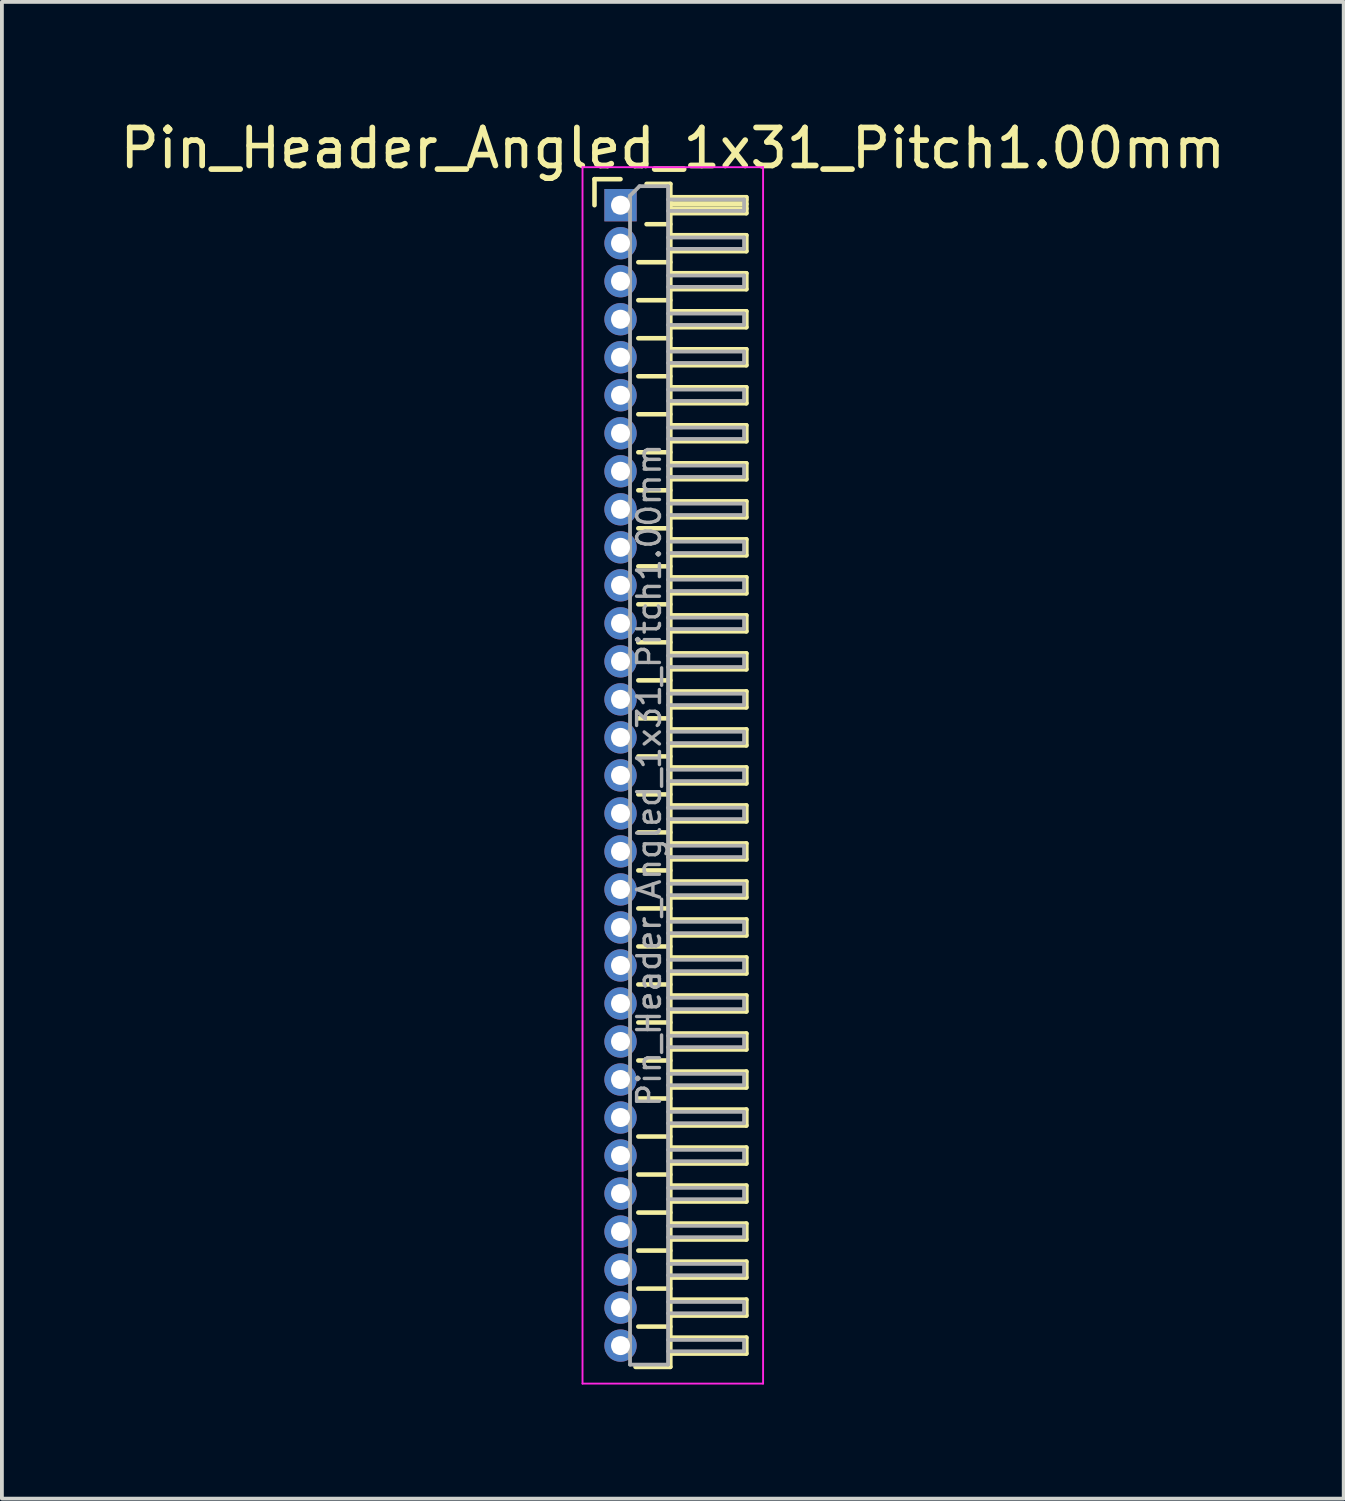
<source format=kicad_pcb>
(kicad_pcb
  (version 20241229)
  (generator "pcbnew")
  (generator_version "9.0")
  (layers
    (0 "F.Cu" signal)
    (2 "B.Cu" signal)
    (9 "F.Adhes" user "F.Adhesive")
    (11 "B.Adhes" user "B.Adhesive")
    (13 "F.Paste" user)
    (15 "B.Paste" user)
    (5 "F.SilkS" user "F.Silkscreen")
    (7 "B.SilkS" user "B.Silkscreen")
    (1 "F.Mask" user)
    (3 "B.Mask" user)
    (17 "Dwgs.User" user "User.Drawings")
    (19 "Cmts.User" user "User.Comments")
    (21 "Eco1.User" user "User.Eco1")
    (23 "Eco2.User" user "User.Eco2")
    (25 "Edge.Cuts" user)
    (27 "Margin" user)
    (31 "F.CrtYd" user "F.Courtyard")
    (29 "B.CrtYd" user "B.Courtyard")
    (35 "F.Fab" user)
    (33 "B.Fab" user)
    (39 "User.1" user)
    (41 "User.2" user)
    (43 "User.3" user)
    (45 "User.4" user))
  (footprint "Pin_Header_Angled_1x31_Pitch1.00mm"
    (layer "F.Cu")
    (at 13.274 2.348)
    (property "Reference" "Pin_Header_Angled_1x31_Pitch1.00mm" (at 1.375 -1.5 0) (layer "F.SilkS") (effects (font (size 1 1) (thickness 0.15))))
    (attr through_hole)
    (fp_line (start -0.685 -0.685) (end 0 -0.685) (stroke (width 0.12) (type solid)) (layer "F.SilkS"))
    (fp_line (start -0.685 0) (end -0.685 -0.685) (stroke (width 0.12) (type solid)) (layer "F.SilkS"))
    (fp_line (start 0.468 1.5) (end 1.31 1.5) (stroke (width 0.12) (type solid)) (layer "F.SilkS"))
    (fp_line (start 0.468 2.5) (end 1.31 2.5) (stroke (width 0.12) (type solid)) (layer "F.SilkS"))
    (fp_line (start 0.468 3.5) (end 1.31 3.5) (stroke (width 0.12) (type solid)) (layer "F.SilkS"))
    (fp_line (start 0.468 4.5) (end 1.31 4.5) (stroke (width 0.12) (type solid)) (layer "F.SilkS"))
    (fp_line (start 0.468 5.5) (end 1.31 5.5) (stroke (width 0.12) (type solid)) (layer "F.SilkS"))
    (fp_line (start 0.468 6.5) (end 1.31 6.5) (stroke (width 0.12) (type solid)) (layer "F.SilkS"))
    (fp_line (start 0.468 7.5) (end 1.31 7.5) (stroke (width 0.12) (type solid)) (layer "F.SilkS"))
    (fp_line (start 0.468 8.5) (end 1.31 8.5) (stroke (width 0.12) (type solid)) (layer "F.SilkS"))
    (fp_line (start 0.468 9.5) (end 1.31 9.5) (stroke (width 0.12) (type solid)) (layer "F.SilkS"))
    (fp_line (start 0.468 10.5) (end 1.31 10.5) (stroke (width 0.12) (type solid)) (layer "F.SilkS"))
    (fp_line (start 0.468 11.5) (end 1.31 11.5) (stroke (width 0.12) (type solid)) (layer "F.SilkS"))
    (fp_line (start 0.468 12.5) (end 1.31 12.5) (stroke (width 0.12) (type solid)) (layer "F.SilkS"))
    (fp_line (start 0.468 13.5) (end 1.31 13.5) (stroke (width 0.12) (type solid)) (layer "F.SilkS"))
    (fp_line (start 0.468 14.5) (end 1.31 14.5) (stroke (width 0.12) (type solid)) (layer "F.SilkS"))
    (fp_line (start 0.468 15.5) (end 1.31 15.5) (stroke (width 0.12) (type solid)) (layer "F.SilkS"))
    (fp_line (start 0.468 16.5) (end 1.31 16.5) (stroke (width 0.12) (type solid)) (layer "F.SilkS"))
    (fp_line (start 0.468 17.5) (end 1.31 17.5) (stroke (width 0.12) (type solid)) (layer "F.SilkS"))
    (fp_line (start 0.468 18.5) (end 1.31 18.5) (stroke (width 0.12) (type solid)) (layer "F.SilkS"))
    (fp_line (start 0.468 19.5) (end 1.31 19.5) (stroke (width 0.12) (type solid)) (layer "F.SilkS"))
    (fp_line (start 0.468 20.5) (end 1.31 20.5) (stroke (width 0.12) (type solid)) (layer "F.SilkS"))
    (fp_line (start 0.468 21.5) (end 1.31 21.5) (stroke (width 0.12) (type solid)) (layer "F.SilkS"))
    (fp_line (start 0.468 22.5) (end 1.31 22.5) (stroke (width 0.12) (type solid)) (layer "F.SilkS"))
    (fp_line (start 0.468 23.5) (end 1.31 23.5) (stroke (width 0.12) (type solid)) (layer "F.SilkS"))
    (fp_line (start 0.468 24.5) (end 1.31 24.5) (stroke (width 0.12) (type solid)) (layer "F.SilkS"))
    (fp_line (start 0.468 25.5) (end 1.31 25.5) (stroke (width 0.12) (type solid)) (layer "F.SilkS"))
    (fp_line (start 0.468 26.5) (end 1.31 26.5) (stroke (width 0.12) (type solid)) (layer "F.SilkS"))
    (fp_line (start 0.468 27.5) (end 1.31 27.5) (stroke (width 0.12) (type solid)) (layer "F.SilkS"))
    (fp_line (start 0.468 28.5) (end 1.31 28.5) (stroke (width 0.12) (type solid)) (layer "F.SilkS"))
    (fp_line (start 0.468 29.5) (end 1.31 29.5) (stroke (width 0.12) (type solid)) (layer "F.SilkS"))
    (fp_line (start 0.685 -0.56) (end 1.31 -0.56) (stroke (width 0.12) (type solid)) (layer "F.SilkS"))
    (fp_line (start 0.685 0.5) (end 1.31 0.5) (stroke (width 0.12) (type solid)) (layer "F.SilkS"))
    (fp_line (start 1.31 -0.56) (end 1.31 30.56) (stroke (width 0.12) (type solid)) (layer "F.SilkS"))
    (fp_line (start 1.31 -0.21) (end 3.31 -0.21) (stroke (width 0.12) (type solid)) (layer "F.SilkS"))
    (fp_line (start 1.31 -0.15) (end 3.31 -0.15) (stroke (width 0.12) (type solid)) (layer "F.SilkS"))
    (fp_line (start 1.31 -0.03) (end 3.31 -0.03) (stroke (width 0.12) (type solid)) (layer "F.SilkS"))
    (fp_line (start 1.31 0.09) (end 3.31 0.09) (stroke (width 0.12) (type solid)) (layer "F.SilkS"))
    (fp_line (start 1.31 0.79) (end 3.31 0.79) (stroke (width 0.12) (type solid)) (layer "F.SilkS"))
    (fp_line (start 1.31 1.79) (end 3.31 1.79) (stroke (width 0.12) (type solid)) (layer "F.SilkS"))
    (fp_line (start 1.31 2.79) (end 3.31 2.79) (stroke (width 0.12) (type solid)) (layer "F.SilkS"))
    (fp_line (start 1.31 3.79) (end 3.31 3.79) (stroke (width 0.12) (type solid)) (layer "F.SilkS"))
    (fp_line (start 1.31 4.79) (end 3.31 4.79) (stroke (width 0.12) (type solid)) (layer "F.SilkS"))
    (fp_line (start 1.31 5.79) (end 3.31 5.79) (stroke (width 0.12) (type solid)) (layer "F.SilkS"))
    (fp_line (start 1.31 6.79) (end 3.31 6.79) (stroke (width 0.12) (type solid)) (layer "F.SilkS"))
    (fp_line (start 1.31 7.79) (end 3.31 7.79) (stroke (width 0.12) (type solid)) (layer "F.SilkS"))
    (fp_line (start 1.31 8.79) (end 3.31 8.79) (stroke (width 0.12) (type solid)) (layer "F.SilkS"))
    (fp_line (start 1.31 9.79) (end 3.31 9.79) (stroke (width 0.12) (type solid)) (layer "F.SilkS"))
    (fp_line (start 1.31 10.79) (end 3.31 10.79) (stroke (width 0.12) (type solid)) (layer "F.SilkS"))
    (fp_line (start 1.31 11.79) (end 3.31 11.79) (stroke (width 0.12) (type solid)) (layer "F.SilkS"))
    (fp_line (start 1.31 12.79) (end 3.31 12.79) (stroke (width 0.12) (type solid)) (layer "F.SilkS"))
    (fp_line (start 1.31 13.79) (end 3.31 13.79) (stroke (width 0.12) (type solid)) (layer "F.SilkS"))
    (fp_line (start 1.31 14.79) (end 3.31 14.79) (stroke (width 0.12) (type solid)) (layer "F.SilkS"))
    (fp_line (start 1.31 15.79) (end 3.31 15.79) (stroke (width 0.12) (type solid)) (layer "F.SilkS"))
    (fp_line (start 1.31 16.79) (end 3.31 16.79) (stroke (width 0.12) (type solid)) (layer "F.SilkS"))
    (fp_line (start 1.31 17.79) (end 3.31 17.79) (stroke (width 0.12) (type solid)) (layer "F.SilkS"))
    (fp_line (start 1.31 18.79) (end 3.31 18.79) (stroke (width 0.12) (type solid)) (layer "F.SilkS"))
    (fp_line (start 1.31 19.79) (end 3.31 19.79) (stroke (width 0.12) (type solid)) (layer "F.SilkS"))
    (fp_line (start 1.31 20.79) (end 3.31 20.79) (stroke (width 0.12) (type solid)) (layer "F.SilkS"))
    (fp_line (start 1.31 21.79) (end 3.31 21.79) (stroke (width 0.12) (type solid)) (layer "F.SilkS"))
    (fp_line (start 1.31 22.79) (end 3.31 22.79) (stroke (width 0.12) (type solid)) (layer "F.SilkS"))
    (fp_line (start 1.31 23.79) (end 3.31 23.79) (stroke (width 0.12) (type solid)) (layer "F.SilkS"))
    (fp_line (start 1.31 24.79) (end 3.31 24.79) (stroke (width 0.12) (type solid)) (layer "F.SilkS"))
    (fp_line (start 1.31 25.79) (end 3.31 25.79) (stroke (width 0.12) (type solid)) (layer "F.SilkS"))
    (fp_line (start 1.31 26.79) (end 3.31 26.79) (stroke (width 0.12) (type solid)) (layer "F.SilkS"))
    (fp_line (start 1.31 27.79) (end 3.31 27.79) (stroke (width 0.12) (type solid)) (layer "F.SilkS"))
    (fp_line (start 1.31 28.79) (end 3.31 28.79) (stroke (width 0.12) (type solid)) (layer "F.SilkS"))
    (fp_line (start 1.31 29.79) (end 3.31 29.79) (stroke (width 0.12) (type solid)) (layer "F.SilkS"))
    (fp_line (start 1.31 30.56) (end 0.394 30.56) (stroke (width 0.12) (type solid)) (layer "F.SilkS"))
    (fp_line (start 3.31 -0.21) (end 3.31 0.21) (stroke (width 0.12) (type solid)) (layer "F.SilkS"))
    (fp_line (start 3.31 0.21) (end 1.31 0.21) (stroke (width 0.12) (type solid)) (layer "F.SilkS"))
    (fp_line (start 3.31 0.79) (end 3.31 1.21) (stroke (width 0.12) (type solid)) (layer "F.SilkS"))
    (fp_line (start 3.31 1.21) (end 1.31 1.21) (stroke (width 0.12) (type solid)) (layer "F.SilkS"))
    (fp_line (start 3.31 1.79) (end 3.31 2.21) (stroke (width 0.12) (type solid)) (layer "F.SilkS"))
    (fp_line (start 3.31 2.21) (end 1.31 2.21) (stroke (width 0.12) (type solid)) (layer "F.SilkS"))
    (fp_line (start 3.31 2.79) (end 3.31 3.21) (stroke (width 0.12) (type solid)) (layer "F.SilkS"))
    (fp_line (start 3.31 3.21) (end 1.31 3.21) (stroke (width 0.12) (type solid)) (layer "F.SilkS"))
    (fp_line (start 3.31 3.79) (end 3.31 4.21) (stroke (width 0.12) (type solid)) (layer "F.SilkS"))
    (fp_line (start 3.31 4.21) (end 1.31 4.21) (stroke (width 0.12) (type solid)) (layer "F.SilkS"))
    (fp_line (start 3.31 4.79) (end 3.31 5.21) (stroke (width 0.12) (type solid)) (layer "F.SilkS"))
    (fp_line (start 3.31 5.21) (end 1.31 5.21) (stroke (width 0.12) (type solid)) (layer "F.SilkS"))
    (fp_line (start 3.31 5.79) (end 3.31 6.21) (stroke (width 0.12) (type solid)) (layer "F.SilkS"))
    (fp_line (start 3.31 6.21) (end 1.31 6.21) (stroke (width 0.12) (type solid)) (layer "F.SilkS"))
    (fp_line (start 3.31 6.79) (end 3.31 7.21) (stroke (width 0.12) (type solid)) (layer "F.SilkS"))
    (fp_line (start 3.31 7.21) (end 1.31 7.21) (stroke (width 0.12) (type solid)) (layer "F.SilkS"))
    (fp_line (start 3.31 7.79) (end 3.31 8.21) (stroke (width 0.12) (type solid)) (layer "F.SilkS"))
    (fp_line (start 3.31 8.21) (end 1.31 8.21) (stroke (width 0.12) (type solid)) (layer "F.SilkS"))
    (fp_line (start 3.31 8.79) (end 3.31 9.21) (stroke (width 0.12) (type solid)) (layer "F.SilkS"))
    (fp_line (start 3.31 9.21) (end 1.31 9.21) (stroke (width 0.12) (type solid)) (layer "F.SilkS"))
    (fp_line (start 3.31 9.79) (end 3.31 10.21) (stroke (width 0.12) (type solid)) (layer "F.SilkS"))
    (fp_line (start 3.31 10.21) (end 1.31 10.21) (stroke (width 0.12) (type solid)) (layer "F.SilkS"))
    (fp_line (start 3.31 10.79) (end 3.31 11.21) (stroke (width 0.12) (type solid)) (layer "F.SilkS"))
    (fp_line (start 3.31 11.21) (end 1.31 11.21) (stroke (width 0.12) (type solid)) (layer "F.SilkS"))
    (fp_line (start 3.31 11.79) (end 3.31 12.21) (stroke (width 0.12) (type solid)) (layer "F.SilkS"))
    (fp_line (start 3.31 12.21) (end 1.31 12.21) (stroke (width 0.12) (type solid)) (layer "F.SilkS"))
    (fp_line (start 3.31 12.79) (end 3.31 13.21) (stroke (width 0.12) (type solid)) (layer "F.SilkS"))
    (fp_line (start 3.31 13.21) (end 1.31 13.21) (stroke (width 0.12) (type solid)) (layer "F.SilkS"))
    (fp_line (start 3.31 13.79) (end 3.31 14.21) (stroke (width 0.12) (type solid)) (layer "F.SilkS"))
    (fp_line (start 3.31 14.21) (end 1.31 14.21) (stroke (width 0.12) (type solid)) (layer "F.SilkS"))
    (fp_line (start 3.31 14.79) (end 3.31 15.21) (stroke (width 0.12) (type solid)) (layer "F.SilkS"))
    (fp_line (start 3.31 15.21) (end 1.31 15.21) (stroke (width 0.12) (type solid)) (layer "F.SilkS"))
    (fp_line (start 3.31 15.79) (end 3.31 16.21) (stroke (width 0.12) (type solid)) (layer "F.SilkS"))
    (fp_line (start 3.31 16.21) (end 1.31 16.21) (stroke (width 0.12) (type solid)) (layer "F.SilkS"))
    (fp_line (start 3.31 16.79) (end 3.31 17.21) (stroke (width 0.12) (type solid)) (layer "F.SilkS"))
    (fp_line (start 3.31 17.21) (end 1.31 17.21) (stroke (width 0.12) (type solid)) (layer "F.SilkS"))
    (fp_line (start 3.31 17.79) (end 3.31 18.21) (stroke (width 0.12) (type solid)) (layer "F.SilkS"))
    (fp_line (start 3.31 18.21) (end 1.31 18.21) (stroke (width 0.12) (type solid)) (layer "F.SilkS"))
    (fp_line (start 3.31 18.79) (end 3.31 19.21) (stroke (width 0.12) (type solid)) (layer "F.SilkS"))
    (fp_line (start 3.31 19.21) (end 1.31 19.21) (stroke (width 0.12) (type solid)) (layer "F.SilkS"))
    (fp_line (start 3.31 19.79) (end 3.31 20.21) (stroke (width 0.12) (type solid)) (layer "F.SilkS"))
    (fp_line (start 3.31 20.21) (end 1.31 20.21) (stroke (width 0.12) (type solid)) (layer "F.SilkS"))
    (fp_line (start 3.31 20.79) (end 3.31 21.21) (stroke (width 0.12) (type solid)) (layer "F.SilkS"))
    (fp_line (start 3.31 21.21) (end 1.31 21.21) (stroke (width 0.12) (type solid)) (layer "F.SilkS"))
    (fp_line (start 3.31 21.79) (end 3.31 22.21) (stroke (width 0.12) (type solid)) (layer "F.SilkS"))
    (fp_line (start 3.31 22.21) (end 1.31 22.21) (stroke (width 0.12) (type solid)) (layer "F.SilkS"))
    (fp_line (start 3.31 22.79) (end 3.31 23.21) (stroke (width 0.12) (type solid)) (layer "F.SilkS"))
    (fp_line (start 3.31 23.21) (end 1.31 23.21) (stroke (width 0.12) (type solid)) (layer "F.SilkS"))
    (fp_line (start 3.31 23.79) (end 3.31 24.21) (stroke (width 0.12) (type solid)) (layer "F.SilkS"))
    (fp_line (start 3.31 24.21) (end 1.31 24.21) (stroke (width 0.12) (type solid)) (layer "F.SilkS"))
    (fp_line (start 3.31 24.79) (end 3.31 25.21) (stroke (width 0.12) (type solid)) (layer "F.SilkS"))
    (fp_line (start 3.31 25.21) (end 1.31 25.21) (stroke (width 0.12) (type solid)) (layer "F.SilkS"))
    (fp_line (start 3.31 25.79) (end 3.31 26.21) (stroke (width 0.12) (type solid)) (layer "F.SilkS"))
    (fp_line (start 3.31 26.21) (end 1.31 26.21) (stroke (width 0.12) (type solid)) (layer "F.SilkS"))
    (fp_line (start 3.31 26.79) (end 3.31 27.21) (stroke (width 0.12) (type solid)) (layer "F.SilkS"))
    (fp_line (start 3.31 27.21) (end 1.31 27.21) (stroke (width 0.12) (type solid)) (layer "F.SilkS"))
    (fp_line (start 3.31 27.79) (end 3.31 28.21) (stroke (width 0.12) (type solid)) (layer "F.SilkS"))
    (fp_line (start 3.31 28.21) (end 1.31 28.21) (stroke (width 0.12) (type solid)) (layer "F.SilkS"))
    (fp_line (start 3.31 28.79) (end 3.31 29.21) (stroke (width 0.12) (type solid)) (layer "F.SilkS"))
    (fp_line (start 3.31 29.21) (end 1.31 29.21) (stroke (width 0.12) (type solid)) (layer "F.SilkS"))
    (fp_line (start 3.31 29.79) (end 3.31 30.21) (stroke (width 0.12) (type solid)) (layer "F.SilkS"))
    (fp_line (start 3.31 30.21) (end 1.31 30.21) (stroke (width 0.12) (type solid)) (layer "F.SilkS"))
    (fp_line (start -1 -1) (end -1 31) (stroke (width 0.05) (type solid)) (layer "F.CrtYd"))
    (fp_line (start -1 31) (end 3.75 31) (stroke (width 0.05) (type solid)) (layer "F.CrtYd"))
    (fp_line (start 3.75 -1) (end -1 -1) (stroke (width 0.05) (type solid)) (layer "F.CrtYd"))
    (fp_line (start 3.75 31) (end 3.75 -1) (stroke (width 0.05) (type solid)) (layer "F.CrtYd"))
    (fp_line (start -0.15 -0.15) (end -0.15 0.15) (stroke (width 0.1) (type solid)) (layer "F.Fab"))
    (fp_line (start -0.15 -0.15) (end 0.25 -0.15) (stroke (width 0.1) (type solid)) (layer "F.Fab"))
    (fp_line (start -0.15 0.15) (end 0.25 0.15) (stroke (width 0.1) (type solid)) (layer "F.Fab"))
    (fp_line (start -0.15 0.85) (end -0.15 1.15) (stroke (width 0.1) (type solid)) (layer "F.Fab"))
    (fp_line (start -0.15 0.85) (end 0.25 0.85) (stroke (width 0.1) (type solid)) (layer "F.Fab"))
    (fp_line (start -0.15 1.15) (end 0.25 1.15) (stroke (width 0.1) (type solid)) (layer "F.Fab"))
    (fp_line (start -0.15 1.85) (end -0.15 2.15) (stroke (width 0.1) (type solid)) (layer "F.Fab"))
    (fp_line (start -0.15 1.85) (end 0.25 1.85) (stroke (width 0.1) (type solid)) (layer "F.Fab"))
    (fp_line (start -0.15 2.15) (end 0.25 2.15) (stroke (width 0.1) (type solid)) (layer "F.Fab"))
    (fp_line (start -0.15 2.85) (end -0.15 3.15) (stroke (width 0.1) (type solid)) (layer "F.Fab"))
    (fp_line (start -0.15 2.85) (end 0.25 2.85) (stroke (width 0.1) (type solid)) (layer "F.Fab"))
    (fp_line (start -0.15 3.15) (end 0.25 3.15) (stroke (width 0.1) (type solid)) (layer "F.Fab"))
    (fp_line (start -0.15 3.85) (end -0.15 4.15) (stroke (width 0.1) (type solid)) (layer "F.Fab"))
    (fp_line (start -0.15 3.85) (end 0.25 3.85) (stroke (width 0.1) (type solid)) (layer "F.Fab"))
    (fp_line (start -0.15 4.15) (end 0.25 4.15) (stroke (width 0.1) (type solid)) (layer "F.Fab"))
    (fp_line (start -0.15 4.85) (end -0.15 5.15) (stroke (width 0.1) (type solid)) (layer "F.Fab"))
    (fp_line (start -0.15 4.85) (end 0.25 4.85) (stroke (width 0.1) (type solid)) (layer "F.Fab"))
    (fp_line (start -0.15 5.15) (end 0.25 5.15) (stroke (width 0.1) (type solid)) (layer "F.Fab"))
    (fp_line (start -0.15 5.85) (end -0.15 6.15) (stroke (width 0.1) (type solid)) (layer "F.Fab"))
    (fp_line (start -0.15 5.85) (end 0.25 5.85) (stroke (width 0.1) (type solid)) (layer "F.Fab"))
    (fp_line (start -0.15 6.15) (end 0.25 6.15) (stroke (width 0.1) (type solid)) (layer "F.Fab"))
    (fp_line (start -0.15 6.85) (end -0.15 7.15) (stroke (width 0.1) (type solid)) (layer "F.Fab"))
    (fp_line (start -0.15 6.85) (end 0.25 6.85) (stroke (width 0.1) (type solid)) (layer "F.Fab"))
    (fp_line (start -0.15 7.15) (end 0.25 7.15) (stroke (width 0.1) (type solid)) (layer "F.Fab"))
    (fp_line (start -0.15 7.85) (end -0.15 8.15) (stroke (width 0.1) (type solid)) (layer "F.Fab"))
    (fp_line (start -0.15 7.85) (end 0.25 7.85) (stroke (width 0.1) (type solid)) (layer "F.Fab"))
    (fp_line (start -0.15 8.15) (end 0.25 8.15) (stroke (width 0.1) (type solid)) (layer "F.Fab"))
    (fp_line (start -0.15 8.85) (end -0.15 9.15) (stroke (width 0.1) (type solid)) (layer "F.Fab"))
    (fp_line (start -0.15 8.85) (end 0.25 8.85) (stroke (width 0.1) (type solid)) (layer "F.Fab"))
    (fp_line (start -0.15 9.15) (end 0.25 9.15) (stroke (width 0.1) (type solid)) (layer "F.Fab"))
    (fp_line (start -0.15 9.85) (end -0.15 10.15) (stroke (width 0.1) (type solid)) (layer "F.Fab"))
    (fp_line (start -0.15 9.85) (end 0.25 9.85) (stroke (width 0.1) (type solid)) (layer "F.Fab"))
    (fp_line (start -0.15 10.15) (end 0.25 10.15) (stroke (width 0.1) (type solid)) (layer "F.Fab"))
    (fp_line (start -0.15 10.85) (end -0.15 11.15) (stroke (width 0.1) (type solid)) (layer "F.Fab"))
    (fp_line (start -0.15 10.85) (end 0.25 10.85) (stroke (width 0.1) (type solid)) (layer "F.Fab"))
    (fp_line (start -0.15 11.15) (end 0.25 11.15) (stroke (width 0.1) (type solid)) (layer "F.Fab"))
    (fp_line (start -0.15 11.85) (end -0.15 12.15) (stroke (width 0.1) (type solid)) (layer "F.Fab"))
    (fp_line (start -0.15 11.85) (end 0.25 11.85) (stroke (width 0.1) (type solid)) (layer "F.Fab"))
    (fp_line (start -0.15 12.15) (end 0.25 12.15) (stroke (width 0.1) (type solid)) (layer "F.Fab"))
    (fp_line (start -0.15 12.85) (end -0.15 13.15) (stroke (width 0.1) (type solid)) (layer "F.Fab"))
    (fp_line (start -0.15 12.85) (end 0.25 12.85) (stroke (width 0.1) (type solid)) (layer "F.Fab"))
    (fp_line (start -0.15 13.15) (end 0.25 13.15) (stroke (width 0.1) (type solid)) (layer "F.Fab"))
    (fp_line (start -0.15 13.85) (end -0.15 14.15) (stroke (width 0.1) (type solid)) (layer "F.Fab"))
    (fp_line (start -0.15 13.85) (end 0.25 13.85) (stroke (width 0.1) (type solid)) (layer "F.Fab"))
    (fp_line (start -0.15 14.15) (end 0.25 14.15) (stroke (width 0.1) (type solid)) (layer "F.Fab"))
    (fp_line (start -0.15 14.85) (end -0.15 15.15) (stroke (width 0.1) (type solid)) (layer "F.Fab"))
    (fp_line (start -0.15 14.85) (end 0.25 14.85) (stroke (width 0.1) (type solid)) (layer "F.Fab"))
    (fp_line (start -0.15 15.15) (end 0.25 15.15) (stroke (width 0.1) (type solid)) (layer "F.Fab"))
    (fp_line (start -0.15 15.85) (end -0.15 16.15) (stroke (width 0.1) (type solid)) (layer "F.Fab"))
    (fp_line (start -0.15 15.85) (end 0.25 15.85) (stroke (width 0.1) (type solid)) (layer "F.Fab"))
    (fp_line (start -0.15 16.15) (end 0.25 16.15) (stroke (width 0.1) (type solid)) (layer "F.Fab"))
    (fp_line (start -0.15 16.85) (end -0.15 17.15) (stroke (width 0.1) (type solid)) (layer "F.Fab"))
    (fp_line (start -0.15 16.85) (end 0.25 16.85) (stroke (width 0.1) (type solid)) (layer "F.Fab"))
    (fp_line (start -0.15 17.15) (end 0.25 17.15) (stroke (width 0.1) (type solid)) (layer "F.Fab"))
    (fp_line (start -0.15 17.85) (end -0.15 18.15) (stroke (width 0.1) (type solid)) (layer "F.Fab"))
    (fp_line (start -0.15 17.85) (end 0.25 17.85) (stroke (width 0.1) (type solid)) (layer "F.Fab"))
    (fp_line (start -0.15 18.15) (end 0.25 18.15) (stroke (width 0.1) (type solid)) (layer "F.Fab"))
    (fp_line (start -0.15 18.85) (end -0.15 19.15) (stroke (width 0.1) (type solid)) (layer "F.Fab"))
    (fp_line (start -0.15 18.85) (end 0.25 18.85) (stroke (width 0.1) (type solid)) (layer "F.Fab"))
    (fp_line (start -0.15 19.15) (end 0.25 19.15) (stroke (width 0.1) (type solid)) (layer "F.Fab"))
    (fp_line (start -0.15 19.85) (end -0.15 20.15) (stroke (width 0.1) (type solid)) (layer "F.Fab"))
    (fp_line (start -0.15 19.85) (end 0.25 19.85) (stroke (width 0.1) (type solid)) (layer "F.Fab"))
    (fp_line (start -0.15 20.15) (end 0.25 20.15) (stroke (width 0.1) (type solid)) (layer "F.Fab"))
    (fp_line (start -0.15 20.85) (end -0.15 21.15) (stroke (width 0.1) (type solid)) (layer "F.Fab"))
    (fp_line (start -0.15 20.85) (end 0.25 20.85) (stroke (width 0.1) (type solid)) (layer "F.Fab"))
    (fp_line (start -0.15 21.15) (end 0.25 21.15) (stroke (width 0.1) (type solid)) (layer "F.Fab"))
    (fp_line (start -0.15 21.85) (end -0.15 22.15) (stroke (width 0.1) (type solid)) (layer "F.Fab"))
    (fp_line (start -0.15 21.85) (end 0.25 21.85) (stroke (width 0.1) (type solid)) (layer "F.Fab"))
    (fp_line (start -0.15 22.15) (end 0.25 22.15) (stroke (width 0.1) (type solid)) (layer "F.Fab"))
    (fp_line (start -0.15 22.85) (end -0.15 23.15) (stroke (width 0.1) (type solid)) (layer "F.Fab"))
    (fp_line (start -0.15 22.85) (end 0.25 22.85) (stroke (width 0.1) (type solid)) (layer "F.Fab"))
    (fp_line (start -0.15 23.15) (end 0.25 23.15) (stroke (width 0.1) (type solid)) (layer "F.Fab"))
    (fp_line (start -0.15 23.85) (end -0.15 24.15) (stroke (width 0.1) (type solid)) (layer "F.Fab"))
    (fp_line (start -0.15 23.85) (end 0.25 23.85) (stroke (width 0.1) (type solid)) (layer "F.Fab"))
    (fp_line (start -0.15 24.15) (end 0.25 24.15) (stroke (width 0.1) (type solid)) (layer "F.Fab"))
    (fp_line (start -0.15 24.85) (end -0.15 25.15) (stroke (width 0.1) (type solid)) (layer "F.Fab"))
    (fp_line (start -0.15 24.85) (end 0.25 24.85) (stroke (width 0.1) (type solid)) (layer "F.Fab"))
    (fp_line (start -0.15 25.15) (end 0.25 25.15) (stroke (width 0.1) (type solid)) (layer "F.Fab"))
    (fp_line (start -0.15 25.85) (end -0.15 26.15) (stroke (width 0.1) (type solid)) (layer "F.Fab"))
    (fp_line (start -0.15 25.85) (end 0.25 25.85) (stroke (width 0.1) (type solid)) (layer "F.Fab"))
    (fp_line (start -0.15 26.15) (end 0.25 26.15) (stroke (width 0.1) (type solid)) (layer "F.Fab"))
    (fp_line (start -0.15 26.85) (end -0.15 27.15) (stroke (width 0.1) (type solid)) (layer "F.Fab"))
    (fp_line (start -0.15 26.85) (end 0.25 26.85) (stroke (width 0.1) (type solid)) (layer "F.Fab"))
    (fp_line (start -0.15 27.15) (end 0.25 27.15) (stroke (width 0.1) (type solid)) (layer "F.Fab"))
    (fp_line (start -0.15 27.85) (end -0.15 28.15) (stroke (width 0.1) (type solid)) (layer "F.Fab"))
    (fp_line (start -0.15 27.85) (end 0.25 27.85) (stroke (width 0.1) (type solid)) (layer "F.Fab"))
    (fp_line (start -0.15 28.15) (end 0.25 28.15) (stroke (width 0.1) (type solid)) (layer "F.Fab"))
    (fp_line (start -0.15 28.85) (end -0.15 29.15) (stroke (width 0.1) (type solid)) (layer "F.Fab"))
    (fp_line (start -0.15 28.85) (end 0.25 28.85) (stroke (width 0.1) (type solid)) (layer "F.Fab"))
    (fp_line (start -0.15 29.15) (end 0.25 29.15) (stroke (width 0.1) (type solid)) (layer "F.Fab"))
    (fp_line (start -0.15 29.85) (end -0.15 30.15) (stroke (width 0.1) (type solid)) (layer "F.Fab"))
    (fp_line (start -0.15 29.85) (end 0.25 29.85) (stroke (width 0.1) (type solid)) (layer "F.Fab"))
    (fp_line (start -0.15 30.15) (end 0.25 30.15) (stroke (width 0.1) (type solid)) (layer "F.Fab"))
    (fp_line (start 0.25 -0.25) (end 0.5 -0.5) (stroke (width 0.1) (type solid)) (layer "F.Fab"))
    (fp_line (start 0.25 30.5) (end 0.25 -0.25) (stroke (width 0.1) (type solid)) (layer "F.Fab"))
    (fp_line (start 0.5 -0.5) (end 1.25 -0.5) (stroke (width 0.1) (type solid)) (layer "F.Fab"))
    (fp_line (start 1.25 -0.5) (end 1.25 30.5) (stroke (width 0.1) (type solid)) (layer "F.Fab"))
    (fp_line (start 1.25 -0.15) (end 3.25 -0.15) (stroke (width 0.1) (type solid)) (layer "F.Fab"))
    (fp_line (start 1.25 0.15) (end 3.25 0.15) (stroke (width 0.1) (type solid)) (layer "F.Fab"))
    (fp_line (start 1.25 0.85) (end 3.25 0.85) (stroke (width 0.1) (type solid)) (layer "F.Fab"))
    (fp_line (start 1.25 1.15) (end 3.25 1.15) (stroke (width 0.1) (type solid)) (layer "F.Fab"))
    (fp_line (start 1.25 1.85) (end 3.25 1.85) (stroke (width 0.1) (type solid)) (layer "F.Fab"))
    (fp_line (start 1.25 2.15) (end 3.25 2.15) (stroke (width 0.1) (type solid)) (layer "F.Fab"))
    (fp_line (start 1.25 2.85) (end 3.25 2.85) (stroke (width 0.1) (type solid)) (layer "F.Fab"))
    (fp_line (start 1.25 3.15) (end 3.25 3.15) (stroke (width 0.1) (type solid)) (layer "F.Fab"))
    (fp_line (start 1.25 3.85) (end 3.25 3.85) (stroke (width 0.1) (type solid)) (layer "F.Fab"))
    (fp_line (start 1.25 4.15) (end 3.25 4.15) (stroke (width 0.1) (type solid)) (layer "F.Fab"))
    (fp_line (start 1.25 4.85) (end 3.25 4.85) (stroke (width 0.1) (type solid)) (layer "F.Fab"))
    (fp_line (start 1.25 5.15) (end 3.25 5.15) (stroke (width 0.1) (type solid)) (layer "F.Fab"))
    (fp_line (start 1.25 5.85) (end 3.25 5.85) (stroke (width 0.1) (type solid)) (layer "F.Fab"))
    (fp_line (start 1.25 6.15) (end 3.25 6.15) (stroke (width 0.1) (type solid)) (layer "F.Fab"))
    (fp_line (start 1.25 6.85) (end 3.25 6.85) (stroke (width 0.1) (type solid)) (layer "F.Fab"))
    (fp_line (start 1.25 7.15) (end 3.25 7.15) (stroke (width 0.1) (type solid)) (layer "F.Fab"))
    (fp_line (start 1.25 7.85) (end 3.25 7.85) (stroke (width 0.1) (type solid)) (layer "F.Fab"))
    (fp_line (start 1.25 8.15) (end 3.25 8.15) (stroke (width 0.1) (type solid)) (layer "F.Fab"))
    (fp_line (start 1.25 8.85) (end 3.25 8.85) (stroke (width 0.1) (type solid)) (layer "F.Fab"))
    (fp_line (start 1.25 9.15) (end 3.25 9.15) (stroke (width 0.1) (type solid)) (layer "F.Fab"))
    (fp_line (start 1.25 9.85) (end 3.25 9.85) (stroke (width 0.1) (type solid)) (layer "F.Fab"))
    (fp_line (start 1.25 10.15) (end 3.25 10.15) (stroke (width 0.1) (type solid)) (layer "F.Fab"))
    (fp_line (start 1.25 10.85) (end 3.25 10.85) (stroke (width 0.1) (type solid)) (layer "F.Fab"))
    (fp_line (start 1.25 11.15) (end 3.25 11.15) (stroke (width 0.1) (type solid)) (layer "F.Fab"))
    (fp_line (start 1.25 11.85) (end 3.25 11.85) (stroke (width 0.1) (type solid)) (layer "F.Fab"))
    (fp_line (start 1.25 12.15) (end 3.25 12.15) (stroke (width 0.1) (type solid)) (layer "F.Fab"))
    (fp_line (start 1.25 12.85) (end 3.25 12.85) (stroke (width 0.1) (type solid)) (layer "F.Fab"))
    (fp_line (start 1.25 13.15) (end 3.25 13.15) (stroke (width 0.1) (type solid)) (layer "F.Fab"))
    (fp_line (start 1.25 13.85) (end 3.25 13.85) (stroke (width 0.1) (type solid)) (layer "F.Fab"))
    (fp_line (start 1.25 14.15) (end 3.25 14.15) (stroke (width 0.1) (type solid)) (layer "F.Fab"))
    (fp_line (start 1.25 14.85) (end 3.25 14.85) (stroke (width 0.1) (type solid)) (layer "F.Fab"))
    (fp_line (start 1.25 15.15) (end 3.25 15.15) (stroke (width 0.1) (type solid)) (layer "F.Fab"))
    (fp_line (start 1.25 15.85) (end 3.25 15.85) (stroke (width 0.1) (type solid)) (layer "F.Fab"))
    (fp_line (start 1.25 16.15) (end 3.25 16.15) (stroke (width 0.1) (type solid)) (layer "F.Fab"))
    (fp_line (start 1.25 16.85) (end 3.25 16.85) (stroke (width 0.1) (type solid)) (layer "F.Fab"))
    (fp_line (start 1.25 17.15) (end 3.25 17.15) (stroke (width 0.1) (type solid)) (layer "F.Fab"))
    (fp_line (start 1.25 17.85) (end 3.25 17.85) (stroke (width 0.1) (type solid)) (layer "F.Fab"))
    (fp_line (start 1.25 18.15) (end 3.25 18.15) (stroke (width 0.1) (type solid)) (layer "F.Fab"))
    (fp_line (start 1.25 18.85) (end 3.25 18.85) (stroke (width 0.1) (type solid)) (layer "F.Fab"))
    (fp_line (start 1.25 19.15) (end 3.25 19.15) (stroke (width 0.1) (type solid)) (layer "F.Fab"))
    (fp_line (start 1.25 19.85) (end 3.25 19.85) (stroke (width 0.1) (type solid)) (layer "F.Fab"))
    (fp_line (start 1.25 20.15) (end 3.25 20.15) (stroke (width 0.1) (type solid)) (layer "F.Fab"))
    (fp_line (start 1.25 20.85) (end 3.25 20.85) (stroke (width 0.1) (type solid)) (layer "F.Fab"))
    (fp_line (start 1.25 21.15) (end 3.25 21.15) (stroke (width 0.1) (type solid)) (layer "F.Fab"))
    (fp_line (start 1.25 21.85) (end 3.25 21.85) (stroke (width 0.1) (type solid)) (layer "F.Fab"))
    (fp_line (start 1.25 22.15) (end 3.25 22.15) (stroke (width 0.1) (type solid)) (layer "F.Fab"))
    (fp_line (start 1.25 22.85) (end 3.25 22.85) (stroke (width 0.1) (type solid)) (layer "F.Fab"))
    (fp_line (start 1.25 23.15) (end 3.25 23.15) (stroke (width 0.1) (type solid)) (layer "F.Fab"))
    (fp_line (start 1.25 23.85) (end 3.25 23.85) (stroke (width 0.1) (type solid)) (layer "F.Fab"))
    (fp_line (start 1.25 24.15) (end 3.25 24.15) (stroke (width 0.1) (type solid)) (layer "F.Fab"))
    (fp_line (start 1.25 24.85) (end 3.25 24.85) (stroke (width 0.1) (type solid)) (layer "F.Fab"))
    (fp_line (start 1.25 25.15) (end 3.25 25.15) (stroke (width 0.1) (type solid)) (layer "F.Fab"))
    (fp_line (start 1.25 25.85) (end 3.25 25.85) (stroke (width 0.1) (type solid)) (layer "F.Fab"))
    (fp_line (start 1.25 26.15) (end 3.25 26.15) (stroke (width 0.1) (type solid)) (layer "F.Fab"))
    (fp_line (start 1.25 26.85) (end 3.25 26.85) (stroke (width 0.1) (type solid)) (layer "F.Fab"))
    (fp_line (start 1.25 27.15) (end 3.25 27.15) (stroke (width 0.1) (type solid)) (layer "F.Fab"))
    (fp_line (start 1.25 27.85) (end 3.25 27.85) (stroke (width 0.1) (type solid)) (layer "F.Fab"))
    (fp_line (start 1.25 28.15) (end 3.25 28.15) (stroke (width 0.1) (type solid)) (layer "F.Fab"))
    (fp_line (start 1.25 28.85) (end 3.25 28.85) (stroke (width 0.1) (type solid)) (layer "F.Fab"))
    (fp_line (start 1.25 29.15) (end 3.25 29.15) (stroke (width 0.1) (type solid)) (layer "F.Fab"))
    (fp_line (start 1.25 29.85) (end 3.25 29.85) (stroke (width 0.1) (type solid)) (layer "F.Fab"))
    (fp_line (start 1.25 30.15) (end 3.25 30.15) (stroke (width 0.1) (type solid)) (layer "F.Fab"))
    (fp_line (start 1.25 30.5) (end 0.25 30.5) (stroke (width 0.1) (type solid)) (layer "F.Fab"))
    (fp_line (start 3.25 -0.15) (end 3.25 0.15) (stroke (width 0.1) (type solid)) (layer "F.Fab"))
    (fp_line (start 3.25 0.85) (end 3.25 1.15) (stroke (width 0.1) (type solid)) (layer "F.Fab"))
    (fp_line (start 3.25 1.85) (end 3.25 2.15) (stroke (width 0.1) (type solid)) (layer "F.Fab"))
    (fp_line (start 3.25 2.85) (end 3.25 3.15) (stroke (width 0.1) (type solid)) (layer "F.Fab"))
    (fp_line (start 3.25 3.85) (end 3.25 4.15) (stroke (width 0.1) (type solid)) (layer "F.Fab"))
    (fp_line (start 3.25 4.85) (end 3.25 5.15) (stroke (width 0.1) (type solid)) (layer "F.Fab"))
    (fp_line (start 3.25 5.85) (end 3.25 6.15) (stroke (width 0.1) (type solid)) (layer "F.Fab"))
    (fp_line (start 3.25 6.85) (end 3.25 7.15) (stroke (width 0.1) (type solid)) (layer "F.Fab"))
    (fp_line (start 3.25 7.85) (end 3.25 8.15) (stroke (width 0.1) (type solid)) (layer "F.Fab"))
    (fp_line (start 3.25 8.85) (end 3.25 9.15) (stroke (width 0.1) (type solid)) (layer "F.Fab"))
    (fp_line (start 3.25 9.85) (end 3.25 10.15) (stroke (width 0.1) (type solid)) (layer "F.Fab"))
    (fp_line (start 3.25 10.85) (end 3.25 11.15) (stroke (width 0.1) (type solid)) (layer "F.Fab"))
    (fp_line (start 3.25 11.85) (end 3.25 12.15) (stroke (width 0.1) (type solid)) (layer "F.Fab"))
    (fp_line (start 3.25 12.85) (end 3.25 13.15) (stroke (width 0.1) (type solid)) (layer "F.Fab"))
    (fp_line (start 3.25 13.85) (end 3.25 14.15) (stroke (width 0.1) (type solid)) (layer "F.Fab"))
    (fp_line (start 3.25 14.85) (end 3.25 15.15) (stroke (width 0.1) (type solid)) (layer "F.Fab"))
    (fp_line (start 3.25 15.85) (end 3.25 16.15) (stroke (width 0.1) (type solid)) (layer "F.Fab"))
    (fp_line (start 3.25 16.85) (end 3.25 17.15) (stroke (width 0.1) (type solid)) (layer "F.Fab"))
    (fp_line (start 3.25 17.85) (end 3.25 18.15) (stroke (width 0.1) (type solid)) (layer "F.Fab"))
    (fp_line (start 3.25 18.85) (end 3.25 19.15) (stroke (width 0.1) (type solid)) (layer "F.Fab"))
    (fp_line (start 3.25 19.85) (end 3.25 20.15) (stroke (width 0.1) (type solid)) (layer "F.Fab"))
    (fp_line (start 3.25 20.85) (end 3.25 21.15) (stroke (width 0.1) (type solid)) (layer "F.Fab"))
    (fp_line (start 3.25 21.85) (end 3.25 22.15) (stroke (width 0.1) (type solid)) (layer "F.Fab"))
    (fp_line (start 3.25 22.85) (end 3.25 23.15) (stroke (width 0.1) (type solid)) (layer "F.Fab"))
    (fp_line (start 3.25 23.85) (end 3.25 24.15) (stroke (width 0.1) (type solid)) (layer "F.Fab"))
    (fp_line (start 3.25 24.85) (end 3.25 25.15) (stroke (width 0.1) (type solid)) (layer "F.Fab"))
    (fp_line (start 3.25 25.85) (end 3.25 26.15) (stroke (width 0.1) (type solid)) (layer "F.Fab"))
    (fp_line (start 3.25 26.85) (end 3.25 27.15) (stroke (width 0.1) (type solid)) (layer "F.Fab"))
    (fp_line (start 3.25 27.85) (end 3.25 28.15) (stroke (width 0.1) (type solid)) (layer "F.Fab"))
    (fp_line (start 3.25 28.85) (end 3.25 29.15) (stroke (width 0.1) (type solid)) (layer "F.Fab"))
    (fp_line (start 3.25 29.85) (end 3.25 30.15) (stroke (width 0.1) (type solid)) (layer "F.Fab"))
    (fp_text user "${REFERENCE}" (at 0.75 15 90) (layer "F.Fab") (effects (font (size 0.6 0.6) (thickness 0.09))))
    (pad "1" thru_hole rect (at 0 0) (size 0.85 0.85) (drill 0.5) (layers "*.Cu" "*.Mask"))
    (pad "2" thru_hole oval (at 0 1) (size 0.85 0.85) (drill 0.5) (layers "*.Cu" "*.Mask"))
    (pad "3" thru_hole oval (at 0 2) (size 0.85 0.85) (drill 0.5) (layers "*.Cu" "*.Mask"))
    (pad "4" thru_hole oval (at 0 3) (size 0.85 0.85) (drill 0.5) (layers "*.Cu" "*.Mask"))
    (pad "5" thru_hole oval (at 0 4) (size 0.85 0.85) (drill 0.5) (layers "*.Cu" "*.Mask"))
    (pad "6" thru_hole oval (at 0 5) (size 0.85 0.85) (drill 0.5) (layers "*.Cu" "*.Mask"))
    (pad "7" thru_hole oval (at 0 6) (size 0.85 0.85) (drill 0.5) (layers "*.Cu" "*.Mask"))
    (pad "8" thru_hole oval (at 0 7) (size 0.85 0.85) (drill 0.5) (layers "*.Cu" "*.Mask"))
    (pad "9" thru_hole oval (at 0 8) (size 0.85 0.85) (drill 0.5) (layers "*.Cu" "*.Mask"))
    (pad "10" thru_hole oval (at 0 9) (size 0.85 0.85) (drill 0.5) (layers "*.Cu" "*.Mask"))
    (pad "11" thru_hole oval (at 0 10) (size 0.85 0.85) (drill 0.5) (layers "*.Cu" "*.Mask"))
    (pad "12" thru_hole oval (at 0 11) (size 0.85 0.85) (drill 0.5) (layers "*.Cu" "*.Mask"))
    (pad "13" thru_hole oval (at 0 12) (size 0.85 0.85) (drill 0.5) (layers "*.Cu" "*.Mask"))
    (pad "14" thru_hole oval (at 0 13) (size 0.85 0.85) (drill 0.5) (layers "*.Cu" "*.Mask"))
    (pad "15" thru_hole oval (at 0 14) (size 0.85 0.85) (drill 0.5) (layers "*.Cu" "*.Mask"))
    (pad "16" thru_hole oval (at 0 15) (size 0.85 0.85) (drill 0.5) (layers "*.Cu" "*.Mask"))
    (pad "17" thru_hole oval (at 0 16) (size 0.85 0.85) (drill 0.5) (layers "*.Cu" "*.Mask"))
    (pad "18" thru_hole oval (at 0 17) (size 0.85 0.85) (drill 0.5) (layers "*.Cu" "*.Mask"))
    (pad "19" thru_hole oval (at 0 18) (size 0.85 0.85) (drill 0.5) (layers "*.Cu" "*.Mask"))
    (pad "20" thru_hole oval (at 0 19) (size 0.85 0.85) (drill 0.5) (layers "*.Cu" "*.Mask"))
    (pad "21" thru_hole oval (at 0 20) (size 0.85 0.85) (drill 0.5) (layers "*.Cu" "*.Mask"))
    (pad "22" thru_hole oval (at 0 21) (size 0.85 0.85) (drill 0.5) (layers "*.Cu" "*.Mask"))
    (pad "23" thru_hole oval (at 0 22) (size 0.85 0.85) (drill 0.5) (layers "*.Cu" "*.Mask"))
    (pad "24" thru_hole oval (at 0 23) (size 0.85 0.85) (drill 0.5) (layers "*.Cu" "*.Mask"))
    (pad "25" thru_hole oval (at 0 24) (size 0.85 0.85) (drill 0.5) (layers "*.Cu" "*.Mask"))
    (pad "26" thru_hole oval (at 0 25) (size 0.85 0.85) (drill 0.5) (layers "*.Cu" "*.Mask"))
    (pad "27" thru_hole oval (at 0 26) (size 0.85 0.85) (drill 0.5) (layers "*.Cu" "*.Mask"))
    (pad "28" thru_hole oval (at 0 27) (size 0.85 0.85) (drill 0.5) (layers "*.Cu" "*.Mask"))
    (pad "29" thru_hole oval (at 0 28) (size 0.85 0.85) (drill 0.5) (layers "*.Cu" "*.Mask"))
    (pad "30" thru_hole oval (at 0 29) (size 0.85 0.85) (drill 0.5) (layers "*.Cu" "*.Mask"))
    (pad "31" thru_hole oval (at 0 30) (size 0.85 0.85) (drill 0.5) (layers "*.Cu" "*.Mask")))
  (gr_rect
    (start -3 -3)
    (end 32.298 36.373)
    (stroke (width 0.1) (type default))
    (fill no)
    (layer "Edge.Cuts")))
</source>
